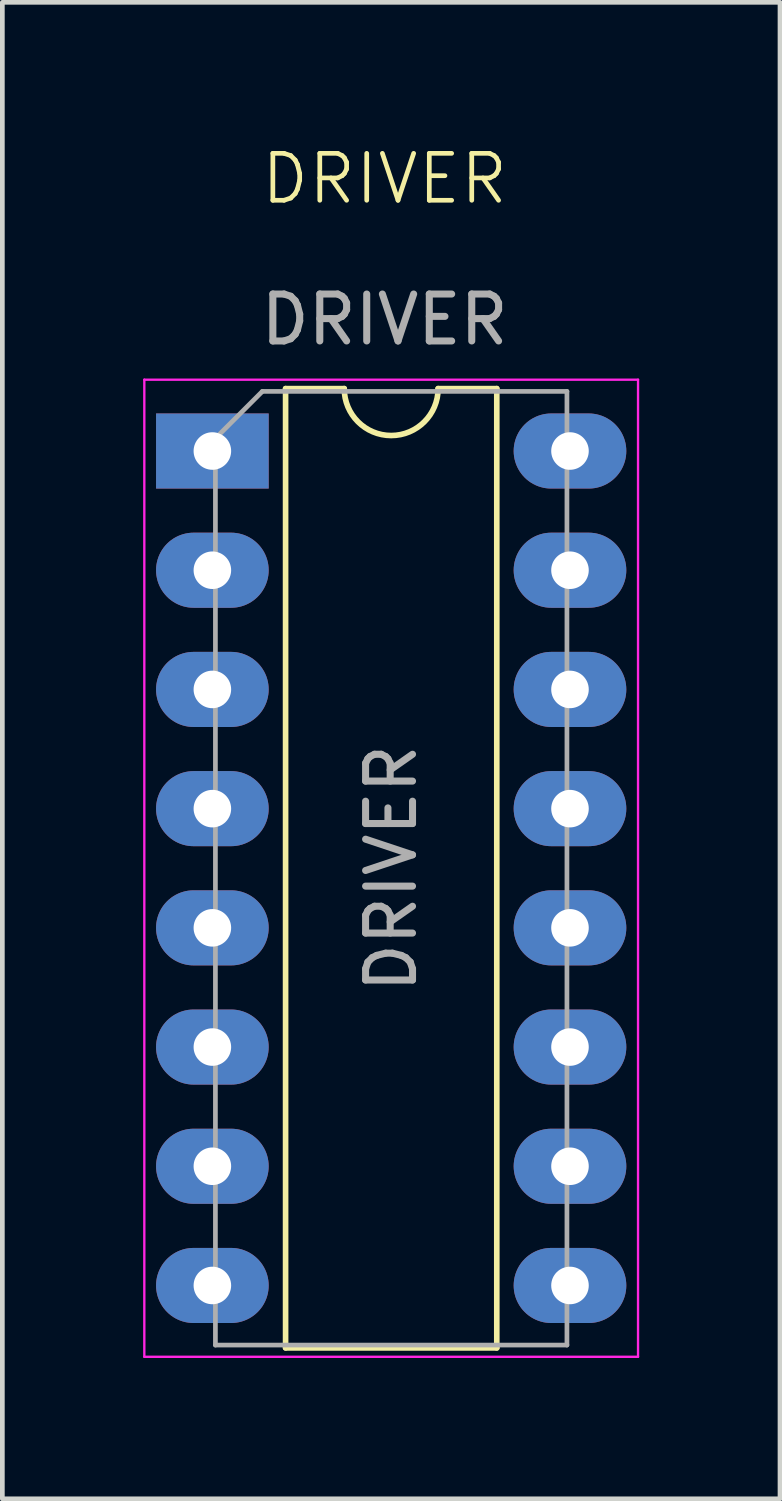
<source format=kicad_pcb>
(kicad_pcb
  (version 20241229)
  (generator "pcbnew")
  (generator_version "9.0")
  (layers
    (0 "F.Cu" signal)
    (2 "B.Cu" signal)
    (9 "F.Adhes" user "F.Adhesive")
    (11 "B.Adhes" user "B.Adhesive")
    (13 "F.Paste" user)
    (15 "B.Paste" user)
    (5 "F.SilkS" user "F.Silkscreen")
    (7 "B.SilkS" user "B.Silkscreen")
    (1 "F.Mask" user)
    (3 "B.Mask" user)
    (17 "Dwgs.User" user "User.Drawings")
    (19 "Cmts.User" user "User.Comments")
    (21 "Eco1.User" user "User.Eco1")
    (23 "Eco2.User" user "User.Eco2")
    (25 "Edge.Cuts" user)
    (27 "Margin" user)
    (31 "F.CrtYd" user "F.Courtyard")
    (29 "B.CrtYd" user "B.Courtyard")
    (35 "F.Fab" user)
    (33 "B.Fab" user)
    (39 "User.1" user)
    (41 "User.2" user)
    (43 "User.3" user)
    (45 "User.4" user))
  (footprint "DRIVER"
    (layer "F.Cu")
    (at 5.145 1.26)
    (property "Reference" "DRIVER" (at 0 -0.5 0) (unlocked yes) (layer "F.SilkS") (effects (font (size 1 1) (thickness 0.1))))
    (attr through_hole)
    (fp_line (start -2.11 3.97) (end -2.11 24.41) (stroke (width 0.12) (type solid)) (layer "F.SilkS"))
    (fp_line (start -2.11 24.41) (end 2.39 24.41) (stroke (width 0.12) (type solid)) (layer "F.SilkS"))
    (fp_line (start -0.86 3.97) (end -2.11 3.97) (stroke (width 0.12) (type solid)) (layer "F.SilkS"))
    (fp_line (start 2.39 3.97) (end 1.14 3.97) (stroke (width 0.12) (type solid)) (layer "F.SilkS"))
    (fp_line (start 2.39 24.41) (end 2.39 3.97) (stroke (width 0.12) (type solid)) (layer "F.SilkS"))
    (fp_arc (start 1.14 3.97) (mid 0.14 4.97) (end -0.86 3.97) (stroke (width 0.12) (type solid)) (layer "F.SilkS"))
    (fp_line (start -5.12 3.78) (end -5.12 24.6) (stroke (width 0.05) (type solid)) (layer "F.CrtYd"))
    (fp_line (start -5.12 24.6) (end 5.4 24.6) (stroke (width 0.05) (type solid)) (layer "F.CrtYd"))
    (fp_line (start 5.4 3.78) (end -5.12 3.78) (stroke (width 0.05) (type solid)) (layer "F.CrtYd"))
    (fp_line (start 5.4 24.6) (end 5.4 3.78) (stroke (width 0.05) (type solid)) (layer "F.CrtYd"))
    (fp_line (start -3.605 5.03) (end -2.605 4.03) (stroke (width 0.1) (type solid)) (layer "F.Fab"))
    (fp_line (start -3.605 24.35) (end -3.605 5.03) (stroke (width 0.1) (type solid)) (layer "F.Fab"))
    (fp_line (start -2.605 4.03) (end 3.885 4.03) (stroke (width 0.1) (type solid)) (layer "F.Fab"))
    (fp_line (start 3.885 4.03) (end 3.885 24.35) (stroke (width 0.1) (type solid)) (layer "F.Fab"))
    (fp_line (start 3.885 24.35) (end -3.605 24.35) (stroke (width 0.1) (type solid)) (layer "F.Fab"))
    (fp_text user "${REFERENCE}" (at 0 2.5 0) (unlocked yes) (layer "F.Fab") (effects (font (size 1 1) (thickness 0.15))))
    (fp_text user "${REFERENCE}" (at 0.14 14.19 90) (layer "F.Fab") (effects (font (size 1 1) (thickness 0.15))))
    (pad "1" thru_hole rect (at -3.67 5.3) (size 2.4 1.6) (drill 0.8) (layers "*.Cu" "*.Mask"))
    (pad "2" thru_hole oval (at -3.67 7.84) (size 2.4 1.6) (drill 0.8) (layers "*.Cu" "*.Mask"))
    (pad "3" thru_hole oval (at -3.67 10.38) (size 2.4 1.6) (drill 0.8) (layers "*.Cu" "*.Mask"))
    (pad "4" thru_hole oval (at -3.67 12.92) (size 2.4 1.6) (drill 0.8) (layers "*.Cu" "*.Mask"))
    (pad "5" thru_hole oval (at -3.67 15.46) (size 2.4 1.6) (drill 0.8) (layers "*.Cu" "*.Mask"))
    (pad "6" thru_hole oval (at -3.67 18) (size 2.4 1.6) (drill 0.8) (layers "*.Cu" "*.Mask"))
    (pad "7" thru_hole oval (at -3.67 20.54) (size 2.4 1.6) (drill 0.8) (layers "*.Cu" "*.Mask"))
    (pad "8" thru_hole oval (at -3.67 23.08) (size 2.4 1.6) (drill 0.8) (layers "*.Cu" "*.Mask"))
    (pad "9" thru_hole oval (at 3.95 23.08) (size 2.4 1.6) (drill 0.8) (layers "*.Cu" "*.Mask"))
    (pad "10" thru_hole oval (at 3.95 20.54) (size 2.4 1.6) (drill 0.8) (layers "*.Cu" "*.Mask"))
    (pad "11" thru_hole oval (at 3.95 18) (size 2.4 1.6) (drill 0.8) (layers "*.Cu" "*.Mask"))
    (pad "12" thru_hole oval (at 3.95 15.46) (size 2.4 1.6) (drill 0.8) (layers "*.Cu" "*.Mask"))
    (pad "13" thru_hole oval (at 3.95 12.92) (size 2.4 1.6) (drill 0.8) (layers "*.Cu" "*.Mask"))
    (pad "14" thru_hole oval (at 3.95 10.38) (size 2.4 1.6) (drill 0.8) (layers "*.Cu" "*.Mask"))
    (pad "15" thru_hole oval (at 3.95 7.84) (size 2.4 1.6) (drill 0.8) (layers "*.Cu" "*.Mask"))
    (pad "16" thru_hole oval (at 3.95 5.3) (size 2.4 1.6) (drill 0.8) (layers "*.Cu" "*.Mask")))
  (gr_rect
    (start -3 -3)
    (end 13.57 28.886)
    (stroke (width 0.1) (type default))
    (fill no)
    (layer "Edge.Cuts")))
</source>
